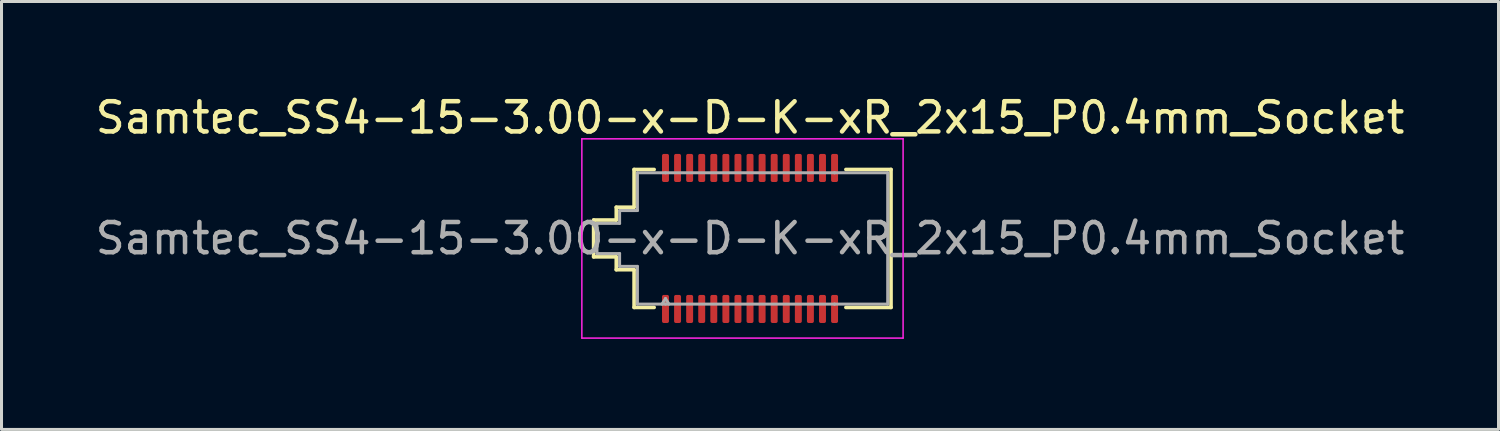
<source format=kicad_pcb>
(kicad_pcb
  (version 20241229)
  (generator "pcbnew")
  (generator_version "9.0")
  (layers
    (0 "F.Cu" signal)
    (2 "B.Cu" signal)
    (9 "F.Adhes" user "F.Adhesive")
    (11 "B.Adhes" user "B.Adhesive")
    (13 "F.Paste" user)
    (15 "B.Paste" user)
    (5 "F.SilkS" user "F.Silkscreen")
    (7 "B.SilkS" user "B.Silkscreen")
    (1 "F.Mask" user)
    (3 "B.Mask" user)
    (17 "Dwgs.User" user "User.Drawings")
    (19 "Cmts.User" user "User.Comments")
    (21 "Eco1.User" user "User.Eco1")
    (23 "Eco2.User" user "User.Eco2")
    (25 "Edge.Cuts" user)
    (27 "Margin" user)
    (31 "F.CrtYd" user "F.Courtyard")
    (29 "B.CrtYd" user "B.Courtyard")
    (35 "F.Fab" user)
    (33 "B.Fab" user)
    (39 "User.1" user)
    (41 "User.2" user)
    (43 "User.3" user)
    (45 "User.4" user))
  (footprint "Samtec_SS4-15-3.00-x-D-K-xR_2x15_P0.4mm_Socket"
    (layer "F.Cu")
    (at 21.792 4.848)
    (property "Reference" "Samtec_SS4-15-3.00-x-D-K-xR_2x15_P0.4mm_Socket" (at 0 -4 0) (layer "F.SilkS") (effects (font (size 1 1) (thickness 0.15))))
    (attr smd)
    (fp_line (start -5.18 -0.61) (end -4.43 -0.61) (stroke (width 0.12) (type solid)) (layer "F.SilkS"))
    (fp_line (start -5.18 0.61) (end -5.18 -0.61) (stroke (width 0.12) (type solid)) (layer "F.SilkS"))
    (fp_line (start -4.43 -1.035) (end -3.84 -1.035) (stroke (width 0.12) (type solid)) (layer "F.SilkS"))
    (fp_line (start -4.43 -0.61) (end -4.43 -1.035) (stroke (width 0.12) (type solid)) (layer "F.SilkS"))
    (fp_line (start -4.43 0.61) (end -5.18 0.61) (stroke (width 0.12) (type solid)) (layer "F.SilkS"))
    (fp_line (start -4.43 1.035) (end -4.43 0.61) (stroke (width 0.12) (type solid)) (layer "F.SilkS"))
    (fp_line (start -3.84 -2.285) (end -3.175 -2.285) (stroke (width 0.12) (type solid)) (layer "F.SilkS"))
    (fp_line (start -3.84 -1.035) (end -3.84 -2.285) (stroke (width 0.12) (type solid)) (layer "F.SilkS"))
    (fp_line (start -3.84 1.035) (end -4.43 1.035) (stroke (width 0.12) (type solid)) (layer "F.SilkS"))
    (fp_line (start -3.84 2.285) (end -3.84 1.035) (stroke (width 0.12) (type solid)) (layer "F.SilkS"))
    (fp_line (start -3.175 2.285) (end -3.84 2.285) (stroke (width 0.12) (type solid)) (layer "F.SilkS"))
    (fp_line (start 3.175 -2.285) (end 4.67 -2.285) (stroke (width 0.12) (type solid)) (layer "F.SilkS"))
    (fp_line (start 4.67 -2.285) (end 4.67 2.285) (stroke (width 0.12) (type solid)) (layer "F.SilkS"))
    (fp_line (start 4.67 2.285) (end 3.175 2.285) (stroke (width 0.12) (type solid)) (layer "F.SilkS"))
    (fp_line (start -5.57 -3.3) (end -5.57 3.3) (stroke (width 0.05) (type solid)) (layer "F.CrtYd"))
    (fp_line (start -5.57 3.3) (end 5.07 3.3) (stroke (width 0.05) (type solid)) (layer "F.CrtYd"))
    (fp_line (start 5.07 -3.3) (end -5.57 -3.3) (stroke (width 0.05) (type solid)) (layer "F.CrtYd"))
    (fp_line (start 5.07 3.3) (end 5.07 -3.3) (stroke (width 0.05) (type solid)) (layer "F.CrtYd"))
    (fp_line (start -5.07 -0.5) (end -4.32 -0.5) (stroke (width 0.1) (type solid)) (layer "F.Fab"))
    (fp_line (start -5.07 0.5) (end -5.07 -0.5) (stroke (width 0.1) (type solid)) (layer "F.Fab"))
    (fp_line (start -4.32 -0.925) (end -3.73 -0.925) (stroke (width 0.1) (type solid)) (layer "F.Fab"))
    (fp_line (start -4.32 -0.5) (end -4.32 -0.925) (stroke (width 0.1) (type solid)) (layer "F.Fab"))
    (fp_line (start -4.32 0.5) (end -5.07 0.5) (stroke (width 0.1) (type solid)) (layer "F.Fab"))
    (fp_line (start -4.32 0.925) (end -4.32 0.5) (stroke (width 0.1) (type solid)) (layer "F.Fab"))
    (fp_line (start -3.73 -2.175) (end -2.8 -2.175) (stroke (width 0.1) (type solid)) (layer "F.Fab"))
    (fp_line (start -3.73 -0.925) (end -3.73 -2.175) (stroke (width 0.1) (type solid)) (layer "F.Fab"))
    (fp_line (start -3.73 0.925) (end -4.32 0.925) (stroke (width 0.1) (type solid)) (layer "F.Fab"))
    (fp_line (start -3.73 2.175) (end -3.73 0.925) (stroke (width 0.1) (type solid)) (layer "F.Fab"))
    (fp_line (start -2.8 -2.175) (end 2.8 -2.175) (stroke (width 0.1) (type solid)) (layer "F.Fab"))
    (fp_line (start -2.8 1.991) (end -2.915 2.175) (stroke (width 0.1) (type solid)) (layer "F.Fab"))
    (fp_line (start -2.8 1.991) (end -2.685 2.175) (stroke (width 0.1) (type solid)) (layer "F.Fab"))
    (fp_line (start -2.8 2.175) (end -3.73 2.175) (stroke (width 0.1) (type solid)) (layer "F.Fab"))
    (fp_line (start 2.8 -2.175) (end 4.56 -2.175) (stroke (width 0.1) (type solid)) (layer "F.Fab"))
    (fp_line (start 2.8 2.175) (end -2.8 2.175) (stroke (width 0.1) (type solid)) (layer "F.Fab"))
    (fp_line (start 4.56 -2.175) (end 4.56 2.175) (stroke (width 0.1) (type solid)) (layer "F.Fab"))
    (fp_line (start 4.56 2.175) (end 2.8 2.175) (stroke (width 0.1) (type solid)) (layer "F.Fab"))
    (fp_text user "${REFERENCE}" (at 0 0 0) (layer "F.Fab") (effects (font (size 1 1) (thickness 0.15))))
    (pad "1" smd roundrect (at -2.8 2.335) (size 0.23 0.93) (layers "F.Cu" "F.Mask" "F.Paste") (roundrect_rratio 0.25))
    (pad "2" smd roundrect (at -2.8 -2.335) (size 0.23 0.93) (layers "F.Cu" "F.Mask" "F.Paste") (roundrect_rratio 0.25))
    (pad "3" smd roundrect (at -2.4 2.335) (size 0.23 0.93) (layers "F.Cu" "F.Mask" "F.Paste") (roundrect_rratio 0.25))
    (pad "4" smd roundrect (at -2.4 -2.335) (size 0.23 0.93) (layers "F.Cu" "F.Mask" "F.Paste") (roundrect_rratio 0.25))
    (pad "5" smd roundrect (at -2 2.335) (size 0.23 0.93) (layers "F.Cu" "F.Mask" "F.Paste") (roundrect_rratio 0.25))
    (pad "6" smd roundrect (at -2 -2.335) (size 0.23 0.93) (layers "F.Cu" "F.Mask" "F.Paste") (roundrect_rratio 0.25))
    (pad "7" smd roundrect (at -1.6 2.335) (size 0.23 0.93) (layers "F.Cu" "F.Mask" "F.Paste") (roundrect_rratio 0.25))
    (pad "8" smd roundrect (at -1.6 -2.335) (size 0.23 0.93) (layers "F.Cu" "F.Mask" "F.Paste") (roundrect_rratio 0.25))
    (pad "9" smd roundrect (at -1.2 2.335) (size 0.23 0.93) (layers "F.Cu" "F.Mask" "F.Paste") (roundrect_rratio 0.25))
    (pad "10" smd roundrect (at -1.2 -2.335) (size 0.23 0.93) (layers "F.Cu" "F.Mask" "F.Paste") (roundrect_rratio 0.25))
    (pad "11" smd roundrect (at -0.8 2.335) (size 0.23 0.93) (layers "F.Cu" "F.Mask" "F.Paste") (roundrect_rratio 0.25))
    (pad "12" smd roundrect (at -0.8 -2.335) (size 0.23 0.93) (layers "F.Cu" "F.Mask" "F.Paste") (roundrect_rratio 0.25))
    (pad "13" smd roundrect (at -0.4 2.335) (size 0.23 0.93) (layers "F.Cu" "F.Mask" "F.Paste") (roundrect_rratio 0.25))
    (pad "14" smd roundrect (at -0.4 -2.335) (size 0.23 0.93) (layers "F.Cu" "F.Mask" "F.Paste") (roundrect_rratio 0.25))
    (pad "15" smd roundrect (at 0 2.335) (size 0.23 0.93) (layers "F.Cu" "F.Mask" "F.Paste") (roundrect_rratio 0.25))
    (pad "16" smd roundrect (at 0 -2.335) (size 0.23 0.93) (layers "F.Cu" "F.Mask" "F.Paste") (roundrect_rratio 0.25))
    (pad "17" smd roundrect (at 0.4 2.335) (size 0.23 0.93) (layers "F.Cu" "F.Mask" "F.Paste") (roundrect_rratio 0.25))
    (pad "18" smd roundrect (at 0.4 -2.335) (size 0.23 0.93) (layers "F.Cu" "F.Mask" "F.Paste") (roundrect_rratio 0.25))
    (pad "19" smd roundrect (at 0.8 2.335) (size 0.23 0.93) (layers "F.Cu" "F.Mask" "F.Paste") (roundrect_rratio 0.25))
    (pad "20" smd roundrect (at 0.8 -2.335) (size 0.23 0.93) (layers "F.Cu" "F.Mask" "F.Paste") (roundrect_rratio 0.25))
    (pad "21" smd roundrect (at 1.2 2.335) (size 0.23 0.93) (layers "F.Cu" "F.Mask" "F.Paste") (roundrect_rratio 0.25))
    (pad "22" smd roundrect (at 1.2 -2.335) (size 0.23 0.93) (layers "F.Cu" "F.Mask" "F.Paste") (roundrect_rratio 0.25))
    (pad "23" smd roundrect (at 1.6 2.335) (size 0.23 0.93) (layers "F.Cu" "F.Mask" "F.Paste") (roundrect_rratio 0.25))
    (pad "24" smd roundrect (at 1.6 -2.335) (size 0.23 0.93) (layers "F.Cu" "F.Mask" "F.Paste") (roundrect_rratio 0.25))
    (pad "25" smd roundrect (at 2 2.335) (size 0.23 0.93) (layers "F.Cu" "F.Mask" "F.Paste") (roundrect_rratio 0.25))
    (pad "26" smd roundrect (at 2 -2.335) (size 0.23 0.93) (layers "F.Cu" "F.Mask" "F.Paste") (roundrect_rratio 0.25))
    (pad "27" smd roundrect (at 2.4 2.335) (size 0.23 0.93) (layers "F.Cu" "F.Mask" "F.Paste") (roundrect_rratio 0.25))
    (pad "28" smd roundrect (at 2.4 -2.335) (size 0.23 0.93) (layers "F.Cu" "F.Mask" "F.Paste") (roundrect_rratio 0.25))
    (pad "29" smd roundrect (at 2.8 2.335) (size 0.23 0.93) (layers "F.Cu" "F.Mask" "F.Paste") (roundrect_rratio 0.25))
    (pad "30" smd roundrect (at 2.8 -2.335) (size 0.23 0.93) (layers "F.Cu" "F.Mask" "F.Paste") (roundrect_rratio 0.25))
    (zone (net_name "") (layer "F.Cu") (hatch edge 0.5) (connect_pads) (min_thickness 0.25) (filled_areas_thickness no) (keepout (tracks allowed) (vias not_allowed) (pads allowed) (copperpour allowed) (footprints allowed)) (placement (enabled no)) (fill) (polygon (pts (xy 18.877 3.028) (xy 24.707 3.028) (xy 24.707 6.668) (xy 18.877 6.668)))))
  (gr_rect
    (start -3 -3)
    (end 46.583 11.173)
    (stroke (width 0.1) (type default))
    (fill no)
    (layer "Edge.Cuts")))
</source>
